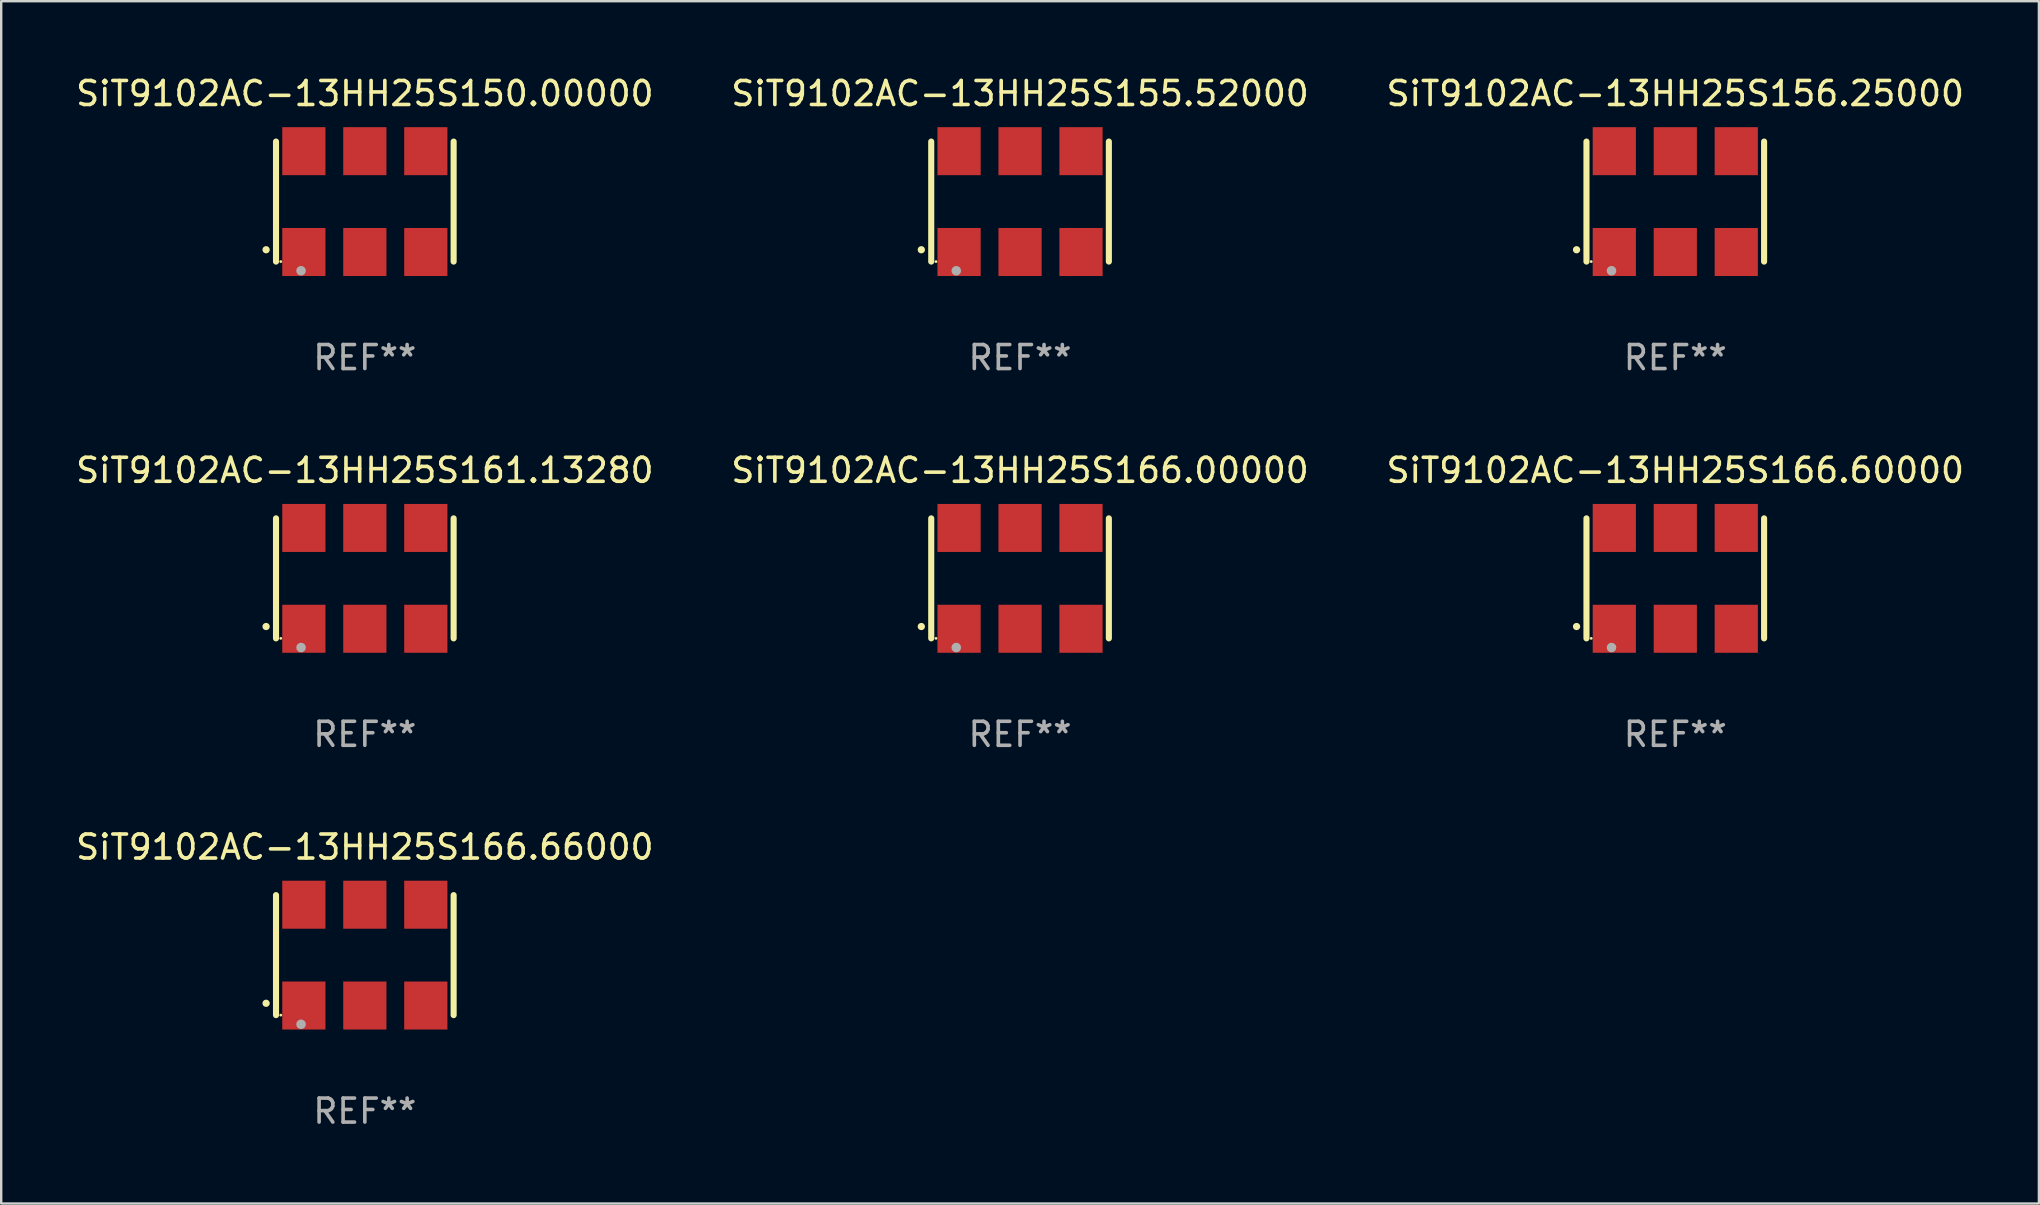
<source format=kicad_pcb>
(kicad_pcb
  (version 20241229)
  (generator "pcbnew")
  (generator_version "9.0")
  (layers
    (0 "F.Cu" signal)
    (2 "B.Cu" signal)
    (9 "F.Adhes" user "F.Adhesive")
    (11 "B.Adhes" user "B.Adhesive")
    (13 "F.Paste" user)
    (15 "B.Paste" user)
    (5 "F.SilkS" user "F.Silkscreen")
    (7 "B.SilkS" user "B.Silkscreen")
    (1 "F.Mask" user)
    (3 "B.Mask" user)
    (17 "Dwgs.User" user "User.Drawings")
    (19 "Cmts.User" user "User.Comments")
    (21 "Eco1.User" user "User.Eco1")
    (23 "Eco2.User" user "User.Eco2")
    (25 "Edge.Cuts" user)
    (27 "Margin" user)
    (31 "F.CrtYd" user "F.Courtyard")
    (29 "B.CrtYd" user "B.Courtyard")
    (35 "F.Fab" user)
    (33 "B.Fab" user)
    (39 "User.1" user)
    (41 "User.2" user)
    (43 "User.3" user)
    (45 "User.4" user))
  (footprint "SiT9102AC-13HH25S156.25000"
    (layer "F.Cu")
    (at 66.744 5.348)
    (property "Reference" "SiT9102AC-13HH25S156.25000" (at 0 -4.5 0) (layer "F.SilkS") (effects (font (size 1 1) (thickness 0.15))))
    (attr through_hole)
    (fp_line (start -3.7 -2.5) (end -3.7 2.5) (stroke (width 0.254) (type solid)) (layer "F.SilkS"))
    (fp_line (start 3.7 -2.5) (end 3.7 2.5) (stroke (width 0.254) (type solid)) (layer "F.SilkS"))
    (fp_arc (start -4.114415 2.006604) (mid -4.113145 2.006599) (end -4.111875 2.006604) (stroke (width 0.3) (type solid)) (layer "F.SilkS"))
    (fp_circle (center -3.502 2.5) (end -3.472 2.5) (stroke (width 0.06) (type solid)) (fill no) (layer "F.SilkS"))
    (fp_circle (center -2.657 2.882) (end -2.557 2.882) (stroke (width 0.2) (type solid)) (fill no) (layer "F.Fab"))
    (fp_text user "REF**" (at 0 6.5 0) (layer "F.Fab") (effects (font (size 1 1) (thickness 0.15))))
    (pad "1" smd rect (at -2.54 2.1) (size 1.8 2) (layers "F.Cu" "F.Mask" "F.Paste"))
    (pad "2" smd rect (at 0.000394 2.1) (size 1.8 2) (layers "F.Cu" "F.Mask" "F.Paste"))
    (pad "3" smd rect (at 2.54 2.1) (size 1.8 2) (layers "F.Cu" "F.Mask" "F.Paste"))
    (pad "4" smd rect (at 2.54 -2.1) (size 1.8 2) (layers "F.Cu" "F.Mask" "F.Paste"))
    (pad "5" smd rect (at 0.000394 -2.1) (size 1.8 2) (layers "F.Cu" "F.Mask" "F.Paste"))
    (pad "6" smd rect (at -2.54 -2.1) (size 1.8 2) (layers "F.Cu" "F.Mask" "F.Paste")))
  (footprint "SiT9102AC-13HH25S166.66000"
    (layer "F.Cu")
    (at 12.149 36.741)
    (property "Reference" "SiT9102AC-13HH25S166.66000" (at 0 -4.5 0) (layer "F.SilkS") (effects (font (size 1 1) (thickness 0.15))))
    (attr through_hole)
    (fp_line (start -3.7 -2.5) (end -3.7 2.5) (stroke (width 0.254) (type solid)) (layer "F.SilkS"))
    (fp_line (start 3.7 -2.5) (end 3.7 2.5) (stroke (width 0.254) (type solid)) (layer "F.SilkS"))
    (fp_arc (start -4.114415 2.006604) (mid -4.113145 2.006599) (end -4.111875 2.006604) (stroke (width 0.3) (type solid)) (layer "F.SilkS"))
    (fp_circle (center -3.502 2.5) (end -3.472 2.5) (stroke (width 0.06) (type solid)) (fill no) (layer "F.SilkS"))
    (fp_circle (center -2.657 2.882) (end -2.557 2.882) (stroke (width 0.2) (type solid)) (fill no) (layer "F.Fab"))
    (fp_text user "REF**" (at 0 6.5 0) (layer "F.Fab") (effects (font (size 1 1) (thickness 0.15))))
    (pad "1" smd rect (at -2.54 2.1) (size 1.8 2) (layers "F.Cu" "F.Mask" "F.Paste"))
    (pad "2" smd rect (at 0.000394 2.1) (size 1.8 2) (layers "F.Cu" "F.Mask" "F.Paste"))
    (pad "3" smd rect (at 2.54 2.1) (size 1.8 2) (layers "F.Cu" "F.Mask" "F.Paste"))
    (pad "4" smd rect (at 2.54 -2.1) (size 1.8 2) (layers "F.Cu" "F.Mask" "F.Paste"))
    (pad "5" smd rect (at 0.000394 -2.1) (size 1.8 2) (layers "F.Cu" "F.Mask" "F.Paste"))
    (pad "6" smd rect (at -2.54 -2.1) (size 1.8 2) (layers "F.Cu" "F.Mask" "F.Paste")))
  (footprint "SiT9102AC-13HH25S150.00000"
    (layer "F.Cu")
    (at 12.149 5.348)
    (property "Reference" "SiT9102AC-13HH25S150.00000" (at 0 -4.5 0) (layer "F.SilkS") (effects (font (size 1 1) (thickness 0.15))))
    (attr through_hole)
    (fp_line (start -3.7 -2.5) (end -3.7 2.5) (stroke (width 0.254) (type solid)) (layer "F.SilkS"))
    (fp_line (start 3.7 -2.5) (end 3.7 2.5) (stroke (width 0.254) (type solid)) (layer "F.SilkS"))
    (fp_arc (start -4.114415 2.006604) (mid -4.113145 2.006599) (end -4.111875 2.006604) (stroke (width 0.3) (type solid)) (layer "F.SilkS"))
    (fp_circle (center -3.502 2.5) (end -3.472 2.5) (stroke (width 0.06) (type solid)) (fill no) (layer "F.SilkS"))
    (fp_circle (center -2.657 2.882) (end -2.557 2.882) (stroke (width 0.2) (type solid)) (fill no) (layer "F.Fab"))
    (fp_text user "REF**" (at 0 6.5 0) (layer "F.Fab") (effects (font (size 1 1) (thickness 0.15))))
    (pad "1" smd rect (at -2.54 2.1) (size 1.8 2) (layers "F.Cu" "F.Mask" "F.Paste"))
    (pad "2" smd rect (at 0.000394 2.1) (size 1.8 2) (layers "F.Cu" "F.Mask" "F.Paste"))
    (pad "3" smd rect (at 2.54 2.1) (size 1.8 2) (layers "F.Cu" "F.Mask" "F.Paste"))
    (pad "4" smd rect (at 2.54 -2.1) (size 1.8 2) (layers "F.Cu" "F.Mask" "F.Paste"))
    (pad "5" smd rect (at 0.000394 -2.1) (size 1.8 2) (layers "F.Cu" "F.Mask" "F.Paste"))
    (pad "6" smd rect (at -2.54 -2.1) (size 1.8 2) (layers "F.Cu" "F.Mask" "F.Paste")))
  (footprint "SiT9102AC-13HH25S161.13280"
    (layer "F.Cu")
    (at 12.149 21.045)
    (property "Reference" "SiT9102AC-13HH25S161.13280" (at 0 -4.5 0) (layer "F.SilkS") (effects (font (size 1 1) (thickness 0.15))))
    (attr through_hole)
    (fp_line (start -3.7 -2.5) (end -3.7 2.5) (stroke (width 0.254) (type solid)) (layer "F.SilkS"))
    (fp_line (start 3.7 -2.5) (end 3.7 2.5) (stroke (width 0.254) (type solid)) (layer "F.SilkS"))
    (fp_arc (start -4.114415 2.006604) (mid -4.113145 2.006599) (end -4.111875 2.006604) (stroke (width 0.3) (type solid)) (layer "F.SilkS"))
    (fp_circle (center -3.502 2.5) (end -3.472 2.5) (stroke (width 0.06) (type solid)) (fill no) (layer "F.SilkS"))
    (fp_circle (center -2.657 2.882) (end -2.557 2.882) (stroke (width 0.2) (type solid)) (fill no) (layer "F.Fab"))
    (fp_text user "REF**" (at 0 6.5 0) (layer "F.Fab") (effects (font (size 1 1) (thickness 0.15))))
    (pad "1" smd rect (at -2.54 2.1) (size 1.8 2) (layers "F.Cu" "F.Mask" "F.Paste"))
    (pad "2" smd rect (at 0.000394 2.1) (size 1.8 2) (layers "F.Cu" "F.Mask" "F.Paste"))
    (pad "3" smd rect (at 2.54 2.1) (size 1.8 2) (layers "F.Cu" "F.Mask" "F.Paste"))
    (pad "4" smd rect (at 2.54 -2.1) (size 1.8 2) (layers "F.Cu" "F.Mask" "F.Paste"))
    (pad "5" smd rect (at 0.000394 -2.1) (size 1.8 2) (layers "F.Cu" "F.Mask" "F.Paste"))
    (pad "6" smd rect (at -2.54 -2.1) (size 1.8 2) (layers "F.Cu" "F.Mask" "F.Paste")))
  (footprint "SiT9102AC-13HH25S166.60000"
    (layer "F.Cu")
    (at 66.744 21.045)
    (property "Reference" "SiT9102AC-13HH25S166.60000" (at 0 -4.5 0) (layer "F.SilkS") (effects (font (size 1 1) (thickness 0.15))))
    (attr through_hole)
    (fp_line (start -3.7 -2.5) (end -3.7 2.5) (stroke (width 0.254) (type solid)) (layer "F.SilkS"))
    (fp_line (start 3.7 -2.5) (end 3.7 2.5) (stroke (width 0.254) (type solid)) (layer "F.SilkS"))
    (fp_arc (start -4.114415 2.006604) (mid -4.113145 2.006599) (end -4.111875 2.006604) (stroke (width 0.3) (type solid)) (layer "F.SilkS"))
    (fp_circle (center -3.502 2.5) (end -3.472 2.5) (stroke (width 0.06) (type solid)) (fill no) (layer "F.SilkS"))
    (fp_circle (center -2.657 2.882) (end -2.557 2.882) (stroke (width 0.2) (type solid)) (fill no) (layer "F.Fab"))
    (fp_text user "REF**" (at 0 6.5 0) (layer "F.Fab") (effects (font (size 1 1) (thickness 0.15))))
    (pad "1" smd rect (at -2.54 2.1) (size 1.8 2) (layers "F.Cu" "F.Mask" "F.Paste"))
    (pad "2" smd rect (at 0.000394 2.1) (size 1.8 2) (layers "F.Cu" "F.Mask" "F.Paste"))
    (pad "3" smd rect (at 2.54 2.1) (size 1.8 2) (layers "F.Cu" "F.Mask" "F.Paste"))
    (pad "4" smd rect (at 2.54 -2.1) (size 1.8 2) (layers "F.Cu" "F.Mask" "F.Paste"))
    (pad "5" smd rect (at 0.000394 -2.1) (size 1.8 2) (layers "F.Cu" "F.Mask" "F.Paste"))
    (pad "6" smd rect (at -2.54 -2.1) (size 1.8 2) (layers "F.Cu" "F.Mask" "F.Paste")))
  (footprint "SiT9102AC-13HH25S166.00000"
    (layer "F.Cu")
    (at 39.446 21.045)
    (property "Reference" "SiT9102AC-13HH25S166.00000" (at 0 -4.5 0) (layer "F.SilkS") (effects (font (size 1 1) (thickness 0.15))))
    (attr through_hole)
    (fp_line (start -3.7 -2.5) (end -3.7 2.5) (stroke (width 0.254) (type solid)) (layer "F.SilkS"))
    (fp_line (start 3.7 -2.5) (end 3.7 2.5) (stroke (width 0.254) (type solid)) (layer "F.SilkS"))
    (fp_arc (start -4.114415 2.006604) (mid -4.113145 2.006599) (end -4.111875 2.006604) (stroke (width 0.3) (type solid)) (layer "F.SilkS"))
    (fp_circle (center -3.502 2.5) (end -3.472 2.5) (stroke (width 0.06) (type solid)) (fill no) (layer "F.SilkS"))
    (fp_circle (center -2.657 2.882) (end -2.557 2.882) (stroke (width 0.2) (type solid)) (fill no) (layer "F.Fab"))
    (fp_text user "REF**" (at 0 6.5 0) (layer "F.Fab") (effects (font (size 1 1) (thickness 0.15))))
    (pad "1" smd rect (at -2.54 2.1) (size 1.8 2) (layers "F.Cu" "F.Mask" "F.Paste"))
    (pad "2" smd rect (at 0.000394 2.1) (size 1.8 2) (layers "F.Cu" "F.Mask" "F.Paste"))
    (pad "3" smd rect (at 2.54 2.1) (size 1.8 2) (layers "F.Cu" "F.Mask" "F.Paste"))
    (pad "4" smd rect (at 2.54 -2.1) (size 1.8 2) (layers "F.Cu" "F.Mask" "F.Paste"))
    (pad "5" smd rect (at 0.000394 -2.1) (size 1.8 2) (layers "F.Cu" "F.Mask" "F.Paste"))
    (pad "6" smd rect (at -2.54 -2.1) (size 1.8 2) (layers "F.Cu" "F.Mask" "F.Paste")))
  (footprint "SiT9102AC-13HH25S155.52000"
    (layer "F.Cu")
    (at 39.446 5.348)
    (property "Reference" "SiT9102AC-13HH25S155.52000" (at 0 -4.5 0) (layer "F.SilkS") (effects (font (size 1 1) (thickness 0.15))))
    (attr through_hole)
    (fp_line (start -3.7 -2.5) (end -3.7 2.5) (stroke (width 0.254) (type solid)) (layer "F.SilkS"))
    (fp_line (start 3.7 -2.5) (end 3.7 2.5) (stroke (width 0.254) (type solid)) (layer "F.SilkS"))
    (fp_arc (start -4.114415 2.006604) (mid -4.113145 2.006599) (end -4.111875 2.006604) (stroke (width 0.3) (type solid)) (layer "F.SilkS"))
    (fp_circle (center -3.502 2.5) (end -3.472 2.5) (stroke (width 0.06) (type solid)) (fill no) (layer "F.SilkS"))
    (fp_circle (center -2.657 2.882) (end -2.557 2.882) (stroke (width 0.2) (type solid)) (fill no) (layer "F.Fab"))
    (fp_text user "REF**" (at 0 6.5 0) (layer "F.Fab") (effects (font (size 1 1) (thickness 0.15))))
    (pad "1" smd rect (at -2.54 2.1) (size 1.8 2) (layers "F.Cu" "F.Mask" "F.Paste"))
    (pad "2" smd rect (at 0.000394 2.1) (size 1.8 2) (layers "F.Cu" "F.Mask" "F.Paste"))
    (pad "3" smd rect (at 2.54 2.1) (size 1.8 2) (layers "F.Cu" "F.Mask" "F.Paste"))
    (pad "4" smd rect (at 2.54 -2.1) (size 1.8 2) (layers "F.Cu" "F.Mask" "F.Paste"))
    (pad "5" smd rect (at 0.000394 -2.1) (size 1.8 2) (layers "F.Cu" "F.Mask" "F.Paste"))
    (pad "6" smd rect (at -2.54 -2.1) (size 1.8 2) (layers "F.Cu" "F.Mask" "F.Paste")))
  (gr_rect
    (start -3 -3)
    (end 81.893 47.09)
    (stroke (width 0.1) (type default))
    (fill no)
    (layer "Edge.Cuts")))
</source>
